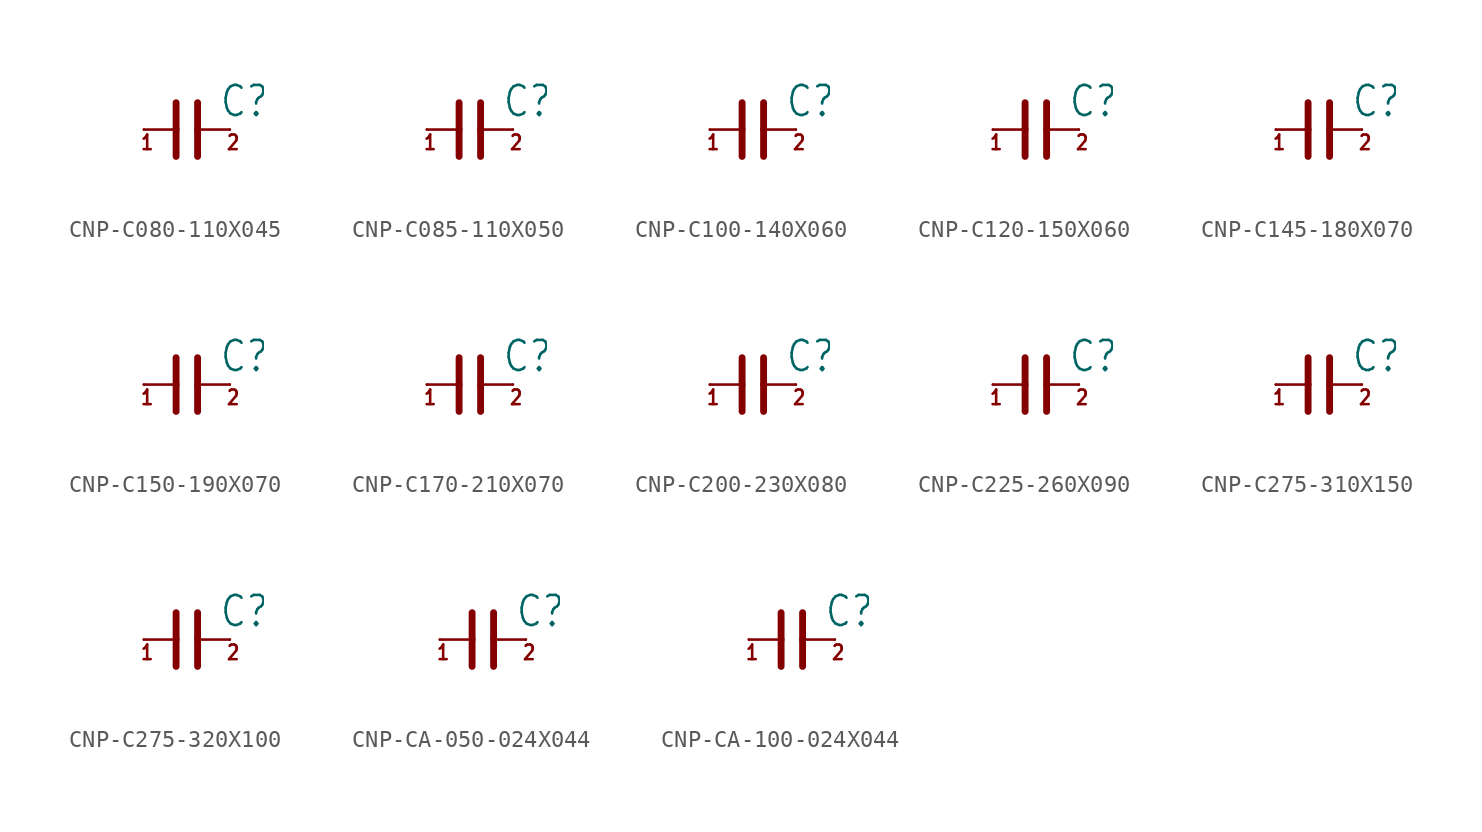
<source format=kicad_sym>
(kicad_symbol_lib
  (version 20241209)
  (generator "kicad_symbol_editor")
  (generator_version "9.0")
  (symbol "CNP-C080-110X045"
    (property "Reference" "C"
      (at 1.905 0.635 0)
      (effects (font (size 1.778 1.511)) (justify left bottom)))
    (property "Value" ""
      (at -5.08 -4.128 0)
      (effects (font (size 1.778 1.511)) (justify left bottom)))
    (property "ki_locked" ""
      (at 0 0 0)
      (effects (font (size 1.27 1.27))))
    (symbol "CNP-C080-110X045_1_0"
      (polyline (pts (xy -2.54 0) (xy -0.635 0)) (stroke (width 0.152) (type solid)) (fill (type none)))
      (polyline (pts (xy -0.635 1.587) (xy -0.635 0)) (stroke (width 0.406) (type solid)) (fill (type none)))
      (polyline (pts (xy -0.635 0) (xy -0.635 -1.587)) (stroke (width 0.406) (type solid)) (fill (type none)))
      (polyline (pts (xy 0.635 1.587) (xy 0.635 0)) (stroke (width 0.406) (type solid)) (fill (type none)))
      (polyline (pts (xy 0.635 0) (xy 0.635 -1.587)) (stroke (width 0.406) (type solid)) (fill (type none)))
      (polyline (pts (xy 2.54 0) (xy 0.635 0)) (stroke (width 0.152) (type solid)) (fill (type none)))
      (text "1" (at -2.794 -1.27 0) (effects (font (size 0.864 0.734)) (justify left bottom)))
      (text "2" (at 2.286 -1.27 0) (effects (font (size 0.864 0.734)) (justify left bottom)))
      (pin passive line (at -2.54 0 0) (length 0) (name "1" (effects (font (size 0 0)))) (number "1" (effects (font (size 0 0)))))
      (pin passive line (at 2.54 0 180) (length 0) (name "2" (effects (font (size 0 0)))) (number "2" (effects (font (size 0 0)))))))
  (symbol "CNP-C085-110X050"
    (property "Reference" "C"
      (at 1.905 0.635 0)
      (effects (font (size 1.778 1.511)) (justify left bottom)))
    (property "Value" ""
      (at -5.08 -4.128 0)
      (effects (font (size 1.778 1.511)) (justify left bottom)))
    (property "ki_locked" ""
      (at 0 0 0)
      (effects (font (size 1.27 1.27))))
    (symbol "CNP-C085-110X050_1_0"
      (polyline (pts (xy -2.54 0) (xy -0.635 0)) (stroke (width 0.152) (type solid)) (fill (type none)))
      (polyline (pts (xy -0.635 1.587) (xy -0.635 0)) (stroke (width 0.406) (type solid)) (fill (type none)))
      (polyline (pts (xy -0.635 0) (xy -0.635 -1.587)) (stroke (width 0.406) (type solid)) (fill (type none)))
      (polyline (pts (xy 0.635 1.587) (xy 0.635 0)) (stroke (width 0.406) (type solid)) (fill (type none)))
      (polyline (pts (xy 0.635 0) (xy 0.635 -1.587)) (stroke (width 0.406) (type solid)) (fill (type none)))
      (polyline (pts (xy 2.54 0) (xy 0.635 0)) (stroke (width 0.152) (type solid)) (fill (type none)))
      (text "1" (at -2.794 -1.27 0) (effects (font (size 0.864 0.734)) (justify left bottom)))
      (text "2" (at 2.286 -1.27 0) (effects (font (size 0.864 0.734)) (justify left bottom)))
      (pin passive line (at -2.54 0 0) (length 0) (name "1" (effects (font (size 0 0)))) (number "1" (effects (font (size 0 0)))))
      (pin passive line (at 2.54 0 180) (length 0) (name "2" (effects (font (size 0 0)))) (number "2" (effects (font (size 0 0)))))))
  (symbol "CNP-C100-140X060"
    (property "Reference" "C"
      (at 1.905 0.635 0)
      (effects (font (size 1.778 1.511)) (justify left bottom)))
    (property "Value" ""
      (at -5.08 -4.128 0)
      (effects (font (size 1.778 1.511)) (justify left bottom)))
    (property "ki_locked" ""
      (at 0 0 0)
      (effects (font (size 1.27 1.27))))
    (symbol "CNP-C100-140X060_1_0"
      (polyline (pts (xy -2.54 0) (xy -0.635 0)) (stroke (width 0.152) (type solid)) (fill (type none)))
      (polyline (pts (xy -0.635 1.587) (xy -0.635 0)) (stroke (width 0.406) (type solid)) (fill (type none)))
      (polyline (pts (xy -0.635 0) (xy -0.635 -1.587)) (stroke (width 0.406) (type solid)) (fill (type none)))
      (polyline (pts (xy 0.635 1.587) (xy 0.635 0)) (stroke (width 0.406) (type solid)) (fill (type none)))
      (polyline (pts (xy 0.635 0) (xy 0.635 -1.587)) (stroke (width 0.406) (type solid)) (fill (type none)))
      (polyline (pts (xy 2.54 0) (xy 0.635 0)) (stroke (width 0.152) (type solid)) (fill (type none)))
      (text "1" (at -2.794 -1.27 0) (effects (font (size 0.864 0.734)) (justify left bottom)))
      (text "2" (at 2.286 -1.27 0) (effects (font (size 0.864 0.734)) (justify left bottom)))
      (pin passive line (at -2.54 0 0) (length 0) (name "1" (effects (font (size 0 0)))) (number "1" (effects (font (size 0 0)))))
      (pin passive line (at 2.54 0 180) (length 0) (name "2" (effects (font (size 0 0)))) (number "2" (effects (font (size 0 0)))))))
  (symbol "CNP-C120-150X060"
    (property "Reference" "C"
      (at 1.905 0.635 0)
      (effects (font (size 1.778 1.511)) (justify left bottom)))
    (property "Value" ""
      (at -5.08 -4.128 0)
      (effects (font (size 1.778 1.511)) (justify left bottom)))
    (property "ki_locked" ""
      (at 0 0 0)
      (effects (font (size 1.27 1.27))))
    (symbol "CNP-C120-150X060_1_0"
      (polyline (pts (xy -2.54 0) (xy -0.635 0)) (stroke (width 0.152) (type solid)) (fill (type none)))
      (polyline (pts (xy -0.635 1.587) (xy -0.635 0)) (stroke (width 0.406) (type solid)) (fill (type none)))
      (polyline (pts (xy -0.635 0) (xy -0.635 -1.587)) (stroke (width 0.406) (type solid)) (fill (type none)))
      (polyline (pts (xy 0.635 1.587) (xy 0.635 0)) (stroke (width 0.406) (type solid)) (fill (type none)))
      (polyline (pts (xy 0.635 0) (xy 0.635 -1.587)) (stroke (width 0.406) (type solid)) (fill (type none)))
      (polyline (pts (xy 2.54 0) (xy 0.635 0)) (stroke (width 0.152) (type solid)) (fill (type none)))
      (text "1" (at -2.794 -1.27 0) (effects (font (size 0.864 0.734)) (justify left bottom)))
      (text "2" (at 2.286 -1.27 0) (effects (font (size 0.864 0.734)) (justify left bottom)))
      (pin passive line (at -2.54 0 0) (length 0) (name "1" (effects (font (size 0 0)))) (number "1" (effects (font (size 0 0)))))
      (pin passive line (at 2.54 0 180) (length 0) (name "2" (effects (font (size 0 0)))) (number "2" (effects (font (size 0 0)))))))
  (symbol "CNP-C145-180X070"
    (property "Reference" "C"
      (at 1.905 0.635 0)
      (effects (font (size 1.778 1.511)) (justify left bottom)))
    (property "Value" ""
      (at -5.08 -4.128 0)
      (effects (font (size 1.778 1.511)) (justify left bottom)))
    (property "ki_locked" ""
      (at 0 0 0)
      (effects (font (size 1.27 1.27))))
    (symbol "CNP-C145-180X070_1_0"
      (polyline (pts (xy -2.54 0) (xy -0.635 0)) (stroke (width 0.152) (type solid)) (fill (type none)))
      (polyline (pts (xy -0.635 1.587) (xy -0.635 0)) (stroke (width 0.406) (type solid)) (fill (type none)))
      (polyline (pts (xy -0.635 0) (xy -0.635 -1.587)) (stroke (width 0.406) (type solid)) (fill (type none)))
      (polyline (pts (xy 0.635 1.587) (xy 0.635 0)) (stroke (width 0.406) (type solid)) (fill (type none)))
      (polyline (pts (xy 0.635 0) (xy 0.635 -1.587)) (stroke (width 0.406) (type solid)) (fill (type none)))
      (polyline (pts (xy 2.54 0) (xy 0.635 0)) (stroke (width 0.152) (type solid)) (fill (type none)))
      (text "1" (at -2.794 -1.27 0) (effects (font (size 0.864 0.734)) (justify left bottom)))
      (text "2" (at 2.286 -1.27 0) (effects (font (size 0.864 0.734)) (justify left bottom)))
      (pin passive line (at -2.54 0 0) (length 0) (name "1" (effects (font (size 0 0)))) (number "1" (effects (font (size 0 0)))))
      (pin passive line (at 2.54 0 180) (length 0) (name "2" (effects (font (size 0 0)))) (number "2" (effects (font (size 0 0)))))))
  (symbol "CNP-C150-190X070"
    (property "Reference" "C"
      (at 1.905 0.635 0)
      (effects (font (size 1.778 1.511)) (justify left bottom)))
    (property "Value" ""
      (at -5.08 -4.128 0)
      (effects (font (size 1.778 1.511)) (justify left bottom)))
    (property "ki_locked" ""
      (at 0 0 0)
      (effects (font (size 1.27 1.27))))
    (symbol "CNP-C150-190X070_1_0"
      (polyline (pts (xy -2.54 0) (xy -0.635 0)) (stroke (width 0.152) (type solid)) (fill (type none)))
      (polyline (pts (xy -0.635 1.587) (xy -0.635 0)) (stroke (width 0.406) (type solid)) (fill (type none)))
      (polyline (pts (xy -0.635 0) (xy -0.635 -1.587)) (stroke (width 0.406) (type solid)) (fill (type none)))
      (polyline (pts (xy 0.635 1.587) (xy 0.635 0)) (stroke (width 0.406) (type solid)) (fill (type none)))
      (polyline (pts (xy 0.635 0) (xy 0.635 -1.587)) (stroke (width 0.406) (type solid)) (fill (type none)))
      (polyline (pts (xy 2.54 0) (xy 0.635 0)) (stroke (width 0.152) (type solid)) (fill (type none)))
      (text "1" (at -2.794 -1.27 0) (effects (font (size 0.864 0.734)) (justify left bottom)))
      (text "2" (at 2.286 -1.27 0) (effects (font (size 0.864 0.734)) (justify left bottom)))
      (pin passive line (at -2.54 0 0) (length 0) (name "1" (effects (font (size 0 0)))) (number "1" (effects (font (size 0 0)))))
      (pin passive line (at 2.54 0 180) (length 0) (name "2" (effects (font (size 0 0)))) (number "2" (effects (font (size 0 0)))))))
  (symbol "CNP-C170-210X070"
    (property "Reference" "C"
      (at 1.905 0.635 0)
      (effects (font (size 1.778 1.511)) (justify left bottom)))
    (property "Value" ""
      (at -5.08 -4.128 0)
      (effects (font (size 1.778 1.511)) (justify left bottom)))
    (property "ki_locked" ""
      (at 0 0 0)
      (effects (font (size 1.27 1.27))))
    (symbol "CNP-C170-210X070_1_0"
      (polyline (pts (xy -2.54 0) (xy -0.635 0)) (stroke (width 0.152) (type solid)) (fill (type none)))
      (polyline (pts (xy -0.635 1.587) (xy -0.635 0)) (stroke (width 0.406) (type solid)) (fill (type none)))
      (polyline (pts (xy -0.635 0) (xy -0.635 -1.587)) (stroke (width 0.406) (type solid)) (fill (type none)))
      (polyline (pts (xy 0.635 1.587) (xy 0.635 0)) (stroke (width 0.406) (type solid)) (fill (type none)))
      (polyline (pts (xy 0.635 0) (xy 0.635 -1.587)) (stroke (width 0.406) (type solid)) (fill (type none)))
      (polyline (pts (xy 2.54 0) (xy 0.635 0)) (stroke (width 0.152) (type solid)) (fill (type none)))
      (text "1" (at -2.794 -1.27 0) (effects (font (size 0.864 0.734)) (justify left bottom)))
      (text "2" (at 2.286 -1.27 0) (effects (font (size 0.864 0.734)) (justify left bottom)))
      (pin passive line (at -2.54 0 0) (length 0) (name "1" (effects (font (size 0 0)))) (number "1" (effects (font (size 0 0)))))
      (pin passive line (at 2.54 0 180) (length 0) (name "2" (effects (font (size 0 0)))) (number "2" (effects (font (size 0 0)))))))
  (symbol "CNP-C200-230X080"
    (property "Reference" "C"
      (at 1.905 0.635 0)
      (effects (font (size 1.778 1.511)) (justify left bottom)))
    (property "Value" ""
      (at -5.08 -4.128 0)
      (effects (font (size 1.778 1.511)) (justify left bottom)))
    (property "ki_locked" ""
      (at 0 0 0)
      (effects (font (size 1.27 1.27))))
    (symbol "CNP-C200-230X080_1_0"
      (polyline (pts (xy -2.54 0) (xy -0.635 0)) (stroke (width 0.152) (type solid)) (fill (type none)))
      (polyline (pts (xy -0.635 1.587) (xy -0.635 0)) (stroke (width 0.406) (type solid)) (fill (type none)))
      (polyline (pts (xy -0.635 0) (xy -0.635 -1.587)) (stroke (width 0.406) (type solid)) (fill (type none)))
      (polyline (pts (xy 0.635 1.587) (xy 0.635 0)) (stroke (width 0.406) (type solid)) (fill (type none)))
      (polyline (pts (xy 0.635 0) (xy 0.635 -1.587)) (stroke (width 0.406) (type solid)) (fill (type none)))
      (polyline (pts (xy 2.54 0) (xy 0.635 0)) (stroke (width 0.152) (type solid)) (fill (type none)))
      (text "1" (at -2.794 -1.27 0) (effects (font (size 0.864 0.734)) (justify left bottom)))
      (text "2" (at 2.286 -1.27 0) (effects (font (size 0.864 0.734)) (justify left bottom)))
      (pin passive line (at -2.54 0 0) (length 0) (name "1" (effects (font (size 0 0)))) (number "1" (effects (font (size 0 0)))))
      (pin passive line (at 2.54 0 180) (length 0) (name "2" (effects (font (size 0 0)))) (number "2" (effects (font (size 0 0)))))))
  (symbol "CNP-C225-260X090"
    (property "Reference" "C"
      (at 1.905 0.635 0)
      (effects (font (size 1.778 1.511)) (justify left bottom)))
    (property "Value" ""
      (at -5.08 -4.128 0)
      (effects (font (size 1.778 1.511)) (justify left bottom)))
    (property "ki_locked" ""
      (at 0 0 0)
      (effects (font (size 1.27 1.27))))
    (symbol "CNP-C225-260X090_1_0"
      (polyline (pts (xy -2.54 0) (xy -0.635 0)) (stroke (width 0.152) (type solid)) (fill (type none)))
      (polyline (pts (xy -0.635 1.587) (xy -0.635 0)) (stroke (width 0.406) (type solid)) (fill (type none)))
      (polyline (pts (xy -0.635 0) (xy -0.635 -1.587)) (stroke (width 0.406) (type solid)) (fill (type none)))
      (polyline (pts (xy 0.635 1.587) (xy 0.635 0)) (stroke (width 0.406) (type solid)) (fill (type none)))
      (polyline (pts (xy 0.635 0) (xy 0.635 -1.587)) (stroke (width 0.406) (type solid)) (fill (type none)))
      (polyline (pts (xy 2.54 0) (xy 0.635 0)) (stroke (width 0.152) (type solid)) (fill (type none)))
      (text "1" (at -2.794 -1.27 0) (effects (font (size 0.864 0.734)) (justify left bottom)))
      (text "2" (at 2.286 -1.27 0) (effects (font (size 0.864 0.734)) (justify left bottom)))
      (pin passive line (at -2.54 0 0) (length 0) (name "1" (effects (font (size 0 0)))) (number "1" (effects (font (size 0 0)))))
      (pin passive line (at 2.54 0 180) (length 0) (name "2" (effects (font (size 0 0)))) (number "2" (effects (font (size 0 0)))))))
  (symbol "CNP-C275-310X150"
    (property "Reference" "C"
      (at 1.905 0.635 0)
      (effects (font (size 1.778 1.511)) (justify left bottom)))
    (property "Value" ""
      (at -5.08 -4.128 0)
      (effects (font (size 1.778 1.511)) (justify left bottom)))
    (property "ki_locked" ""
      (at 0 0 0)
      (effects (font (size 1.27 1.27))))
    (symbol "CNP-C275-310X150_1_0"
      (polyline (pts (xy -2.54 0) (xy -0.635 0)) (stroke (width 0.152) (type solid)) (fill (type none)))
      (polyline (pts (xy -0.635 1.587) (xy -0.635 0)) (stroke (width 0.406) (type solid)) (fill (type none)))
      (polyline (pts (xy -0.635 0) (xy -0.635 -1.587)) (stroke (width 0.406) (type solid)) (fill (type none)))
      (polyline (pts (xy 0.635 1.587) (xy 0.635 0)) (stroke (width 0.406) (type solid)) (fill (type none)))
      (polyline (pts (xy 0.635 0) (xy 0.635 -1.587)) (stroke (width 0.406) (type solid)) (fill (type none)))
      (polyline (pts (xy 2.54 0) (xy 0.635 0)) (stroke (width 0.152) (type solid)) (fill (type none)))
      (text "1" (at -2.794 -1.27 0) (effects (font (size 0.864 0.734)) (justify left bottom)))
      (text "2" (at 2.286 -1.27 0) (effects (font (size 0.864 0.734)) (justify left bottom)))
      (pin passive line (at -2.54 0 0) (length 0) (name "1" (effects (font (size 0 0)))) (number "1" (effects (font (size 0 0)))))
      (pin passive line (at 2.54 0 180) (length 0) (name "2" (effects (font (size 0 0)))) (number "2" (effects (font (size 0 0)))))))
  (symbol "CNP-C275-320X100"
    (property "Reference" "C"
      (at 1.905 0.635 0)
      (effects (font (size 1.778 1.511)) (justify left bottom)))
    (property "Value" ""
      (at -5.08 -4.128 0)
      (effects (font (size 1.778 1.511)) (justify left bottom)))
    (property "ki_locked" ""
      (at 0 0 0)
      (effects (font (size 1.27 1.27))))
    (symbol "CNP-C275-320X100_1_0"
      (polyline (pts (xy -2.54 0) (xy -0.635 0)) (stroke (width 0.152) (type solid)) (fill (type none)))
      (polyline (pts (xy -0.635 1.587) (xy -0.635 0)) (stroke (width 0.406) (type solid)) (fill (type none)))
      (polyline (pts (xy -0.635 0) (xy -0.635 -1.587)) (stroke (width 0.406) (type solid)) (fill (type none)))
      (polyline (pts (xy 0.635 1.587) (xy 0.635 0)) (stroke (width 0.406) (type solid)) (fill (type none)))
      (polyline (pts (xy 0.635 0) (xy 0.635 -1.587)) (stroke (width 0.406) (type solid)) (fill (type none)))
      (polyline (pts (xy 2.54 0) (xy 0.635 0)) (stroke (width 0.152) (type solid)) (fill (type none)))
      (text "1" (at -2.794 -1.27 0) (effects (font (size 0.864 0.734)) (justify left bottom)))
      (text "2" (at 2.286 -1.27 0) (effects (font (size 0.864 0.734)) (justify left bottom)))
      (pin passive line (at -2.54 0 0) (length 0) (name "1" (effects (font (size 0 0)))) (number "1" (effects (font (size 0 0)))))
      (pin passive line (at 2.54 0 180) (length 0) (name "2" (effects (font (size 0 0)))) (number "2" (effects (font (size 0 0)))))))
  (symbol "CNP-CA-050-024X044"
    (property "Reference" "C"
      (at 1.905 0.635 0)
      (effects (font (size 1.778 1.511)) (justify left bottom)))
    (property "Value" ""
      (at -5.08 -4.128 0)
      (effects (font (size 1.778 1.511)) (justify left bottom)))
    (property "ki_locked" ""
      (at 0 0 0)
      (effects (font (size 1.27 1.27))))
    (symbol "CNP-CA-050-024X044_1_0"
      (polyline (pts (xy -2.54 0) (xy -0.635 0)) (stroke (width 0.152) (type solid)) (fill (type none)))
      (polyline (pts (xy -0.635 1.587) (xy -0.635 0)) (stroke (width 0.406) (type solid)) (fill (type none)))
      (polyline (pts (xy -0.635 0) (xy -0.635 -1.587)) (stroke (width 0.406) (type solid)) (fill (type none)))
      (polyline (pts (xy 0.635 1.587) (xy 0.635 0)) (stroke (width 0.406) (type solid)) (fill (type none)))
      (polyline (pts (xy 0.635 0) (xy 0.635 -1.587)) (stroke (width 0.406) (type solid)) (fill (type none)))
      (polyline (pts (xy 2.54 0) (xy 0.635 0)) (stroke (width 0.152) (type solid)) (fill (type none)))
      (text "1" (at -2.794 -1.27 0) (effects (font (size 0.864 0.734)) (justify left bottom)))
      (text "2" (at 2.286 -1.27 0) (effects (font (size 0.864 0.734)) (justify left bottom)))
      (pin passive line (at -2.54 0 0) (length 0) (name "1" (effects (font (size 0 0)))) (number "1" (effects (font (size 0 0)))))
      (pin passive line (at 2.54 0 180) (length 0) (name "2" (effects (font (size 0 0)))) (number "2" (effects (font (size 0 0)))))))
  (symbol "CNP-CA-100-024X044"
    (property "Reference" "C"
      (at 1.905 0.635 0)
      (effects (font (size 1.778 1.511)) (justify left bottom)))
    (property "Value" ""
      (at -5.08 -4.128 0)
      (effects (font (size 1.778 1.511)) (justify left bottom)))
    (property "ki_locked" ""
      (at 0 0 0)
      (effects (font (size 1.27 1.27))))
    (symbol "CNP-CA-100-024X044_1_0"
      (polyline (pts (xy -2.54 0) (xy -0.635 0)) (stroke (width 0.152) (type solid)) (fill (type none)))
      (polyline (pts (xy -0.635 1.587) (xy -0.635 0)) (stroke (width 0.406) (type solid)) (fill (type none)))
      (polyline (pts (xy -0.635 0) (xy -0.635 -1.587)) (stroke (width 0.406) (type solid)) (fill (type none)))
      (polyline (pts (xy 0.635 1.587) (xy 0.635 0)) (stroke (width 0.406) (type solid)) (fill (type none)))
      (polyline (pts (xy 0.635 0) (xy 0.635 -1.587)) (stroke (width 0.406) (type solid)) (fill (type none)))
      (polyline (pts (xy 2.54 0) (xy 0.635 0)) (stroke (width 0.152) (type solid)) (fill (type none)))
      (text "1" (at -2.794 -1.27 0) (effects (font (size 0.864 0.734)) (justify left bottom)))
      (text "2" (at 2.286 -1.27 0) (effects (font (size 0.864 0.734)) (justify left bottom)))
      (pin passive line (at -2.54 0 0) (length 0) (name "1" (effects (font (size 0 0)))) (number "1" (effects (font (size 0 0)))))
      (pin passive line (at 2.54 0 180) (length 0) (name "2" (effects (font (size 0 0)))) (number "2" (effects (font (size 0 0))))))))
</source>
